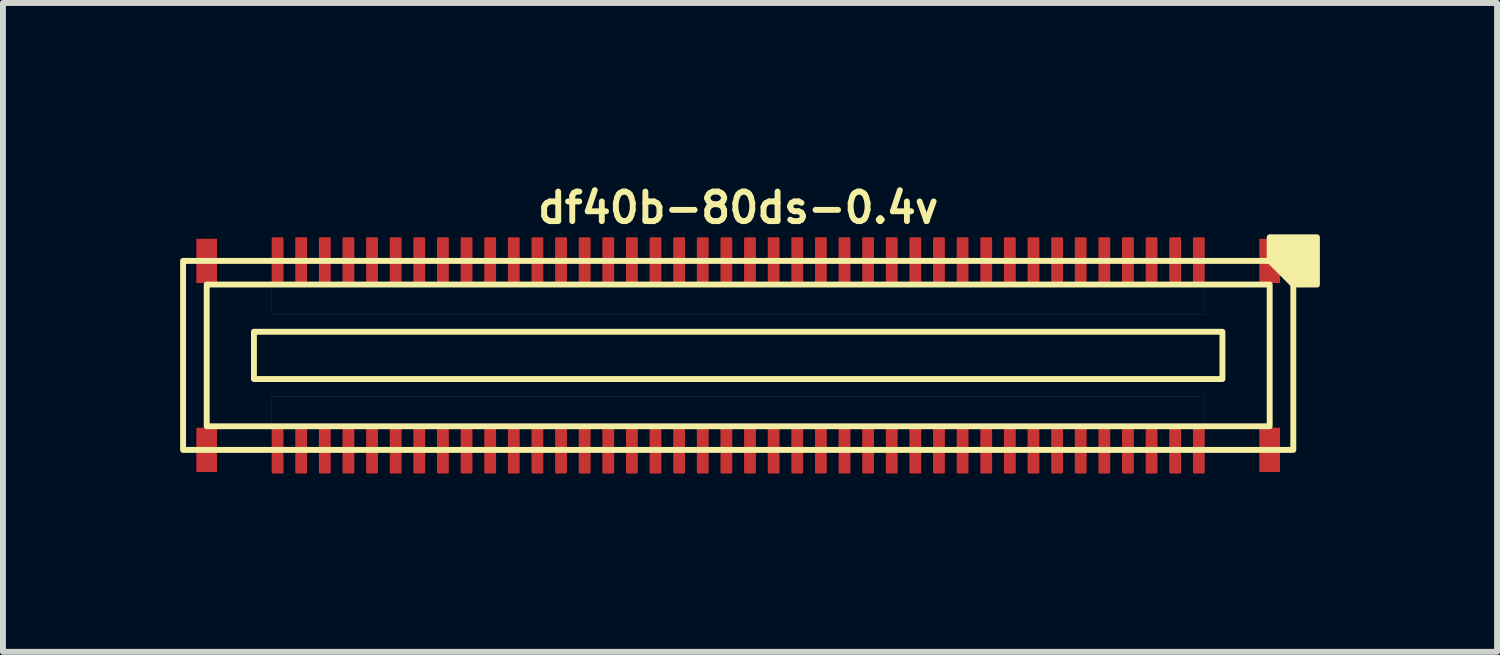
<source format=kicad_pcb>
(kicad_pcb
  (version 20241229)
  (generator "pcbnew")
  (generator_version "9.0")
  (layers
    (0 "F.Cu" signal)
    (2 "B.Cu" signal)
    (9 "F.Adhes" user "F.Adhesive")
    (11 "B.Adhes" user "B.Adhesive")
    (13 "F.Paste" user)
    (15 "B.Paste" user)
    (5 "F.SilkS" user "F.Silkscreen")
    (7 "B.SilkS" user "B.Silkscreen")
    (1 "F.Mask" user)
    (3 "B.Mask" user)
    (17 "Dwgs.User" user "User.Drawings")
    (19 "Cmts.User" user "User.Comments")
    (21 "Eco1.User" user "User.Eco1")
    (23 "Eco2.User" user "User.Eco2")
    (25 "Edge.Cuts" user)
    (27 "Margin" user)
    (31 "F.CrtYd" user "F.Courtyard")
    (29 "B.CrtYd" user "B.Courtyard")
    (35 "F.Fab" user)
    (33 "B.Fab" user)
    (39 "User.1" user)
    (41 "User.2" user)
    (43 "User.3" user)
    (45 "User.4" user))
  (footprint "df40b-80ds-0.4v"
    (layer "F.Cu")
    (at 9.45 2.968)
    (property "Reference" "df40b-80ds-0.4v" (at 0 -2.5 180) (layer "F.SilkS") (effects (font (size 0.5 0.5) (thickness 0.1))))
    (attr smd)
    (fp_rect (start -9.175 -1.975) (end -8.825 -1.225) (stroke (width 0) (type solid)) (fill yes) (layer "F.Cu"))
    (fp_rect (start -9.175 1.225) (end -8.825 1.975) (stroke (width 0) (type solid)) (fill yes) (layer "F.Cu"))
    (fp_rect (start 8.825 -1.975) (end 9.175 -1.225) (stroke (width 0) (type solid)) (fill yes) (layer "F.Cu"))
    (fp_rect (start 8.825 1.225) (end 9.175 1.975) (stroke (width 0) (type solid)) (fill yes) (layer "F.Cu"))
    (fp_rect (start -9.205 -2.005) (end -8.795 -1.195) (stroke (width 0.03) (type solid)) (fill yes) (layer "F.Mask"))
    (fp_rect (start -9.205 1.195) (end -8.795 2.005) (stroke (width 0.03) (type solid)) (fill yes) (layer "F.Mask"))
    (fp_rect (start 8.795 -2.005) (end 9.205 -1.195) (stroke (width 0.03) (type solid)) (fill yes) (layer "F.Mask"))
    (fp_rect (start 8.795 1.195) (end 9.205 2.005) (stroke (width 0.03) (type solid)) (fill yes) (layer "F.Mask"))
    (fp_rect (start -8.2 -0.4) (end 8.2 0.4) (stroke (width 0.1) (type default)) (fill no) (layer "F.SilkS"))
    (fp_rect (start 9 -1.2) (end -9 1.2) (stroke (width 0.1) (type default)) (fill no) (layer "F.SilkS"))
    (fp_rect (start 9.4 -1.6) (end -9.4 1.6) (stroke (width 0.1) (type default)) (fill no) (layer "F.SilkS"))
    (fp_poly (pts (xy 9 -1.6) (xy 9 -2) (xy 9.8 -2) (xy 9.8 -1.2) (xy 9.4 -1.2)) (stroke (width 0.1) (type solid)) (fill yes) (layer "F.SilkS"))
    (fp_rect (start -9.175 -1.975) (end -8.825 -1.225) (stroke (width 0) (type solid)) (fill yes) (layer "F.Paste"))
    (fp_rect (start -9.175 1.225) (end -8.825 1.975) (stroke (width 0) (type solid)) (fill yes) (layer "F.Paste"))
    (fp_rect (start 8.825 -1.975) (end 9.175 -1.225) (stroke (width 0) (type solid)) (fill yes) (layer "F.Paste"))
    (fp_rect (start 8.825 1.225) (end 9.175 1.975) (stroke (width 0) (type solid)) (fill yes) (layer "F.Paste"))
    (fp_poly (pts (xy -7.9 -1.2) (xy 7.9 -1.2) (xy 7.9 -0.7) (xy -7.9 -0.7)) (stroke (width 0.001) (type solid)) (fill no) (layer "Dwgs.User"))
    (fp_poly (pts (xy -7.9 0.7) (xy 7.9 0.7) (xy 7.9 1.2) (xy -7.9 1.2)) (stroke (width 0.001) (type solid)) (fill no) (layer "Dwgs.User"))
    (pad "1" smd roundrect (at 7.8 -1.6) (size 0.2 0.8) (layers "F.Cu" "F.Mask" "F.Paste") (roundrect_rratio 0.1))
    (pad "2" smd roundrect (at 7.8 1.6) (size 0.2 0.8) (layers "F.Cu" "F.Mask" "F.Paste") (roundrect_rratio 0.1))
    (pad "3" smd roundrect (at 7.4 -1.6) (size 0.2 0.8) (layers "F.Cu" "F.Mask" "F.Paste") (roundrect_rratio 0.1))
    (pad "4" smd roundrect (at 7.4 1.6) (size 0.2 0.8) (layers "F.Cu" "F.Mask" "F.Paste") (roundrect_rratio 0.1))
    (pad "5" smd roundrect (at 7 -1.6) (size 0.2 0.8) (layers "F.Cu" "F.Mask" "F.Paste") (roundrect_rratio 0.1))
    (pad "6" smd roundrect (at 7 1.6) (size 0.2 0.8) (layers "F.Cu" "F.Mask" "F.Paste") (roundrect_rratio 0.1))
    (pad "7" smd roundrect (at 6.6 -1.6) (size 0.2 0.8) (layers "F.Cu" "F.Mask" "F.Paste") (roundrect_rratio 0.1))
    (pad "8" smd roundrect (at 6.6 1.6) (size 0.2 0.8) (layers "F.Cu" "F.Mask" "F.Paste") (roundrect_rratio 0.1))
    (pad "9" smd roundrect (at 6.2 -1.6) (size 0.2 0.8) (layers "F.Cu" "F.Mask" "F.Paste") (roundrect_rratio 0.1))
    (pad "10" smd roundrect (at 6.2 1.6) (size 0.2 0.8) (layers "F.Cu" "F.Mask" "F.Paste") (roundrect_rratio 0.1))
    (pad "11" smd roundrect (at 5.8 -1.6) (size 0.2 0.8) (layers "F.Cu" "F.Mask" "F.Paste") (roundrect_rratio 0.1))
    (pad "12" smd roundrect (at 5.8 1.6) (size 0.2 0.8) (layers "F.Cu" "F.Mask" "F.Paste") (roundrect_rratio 0.1))
    (pad "13" smd roundrect (at 5.4 -1.6) (size 0.2 0.8) (layers "F.Cu" "F.Mask" "F.Paste") (roundrect_rratio 0.1))
    (pad "14" smd roundrect (at 5.4 1.6) (size 0.2 0.8) (layers "F.Cu" "F.Mask" "F.Paste") (roundrect_rratio 0.1))
    (pad "15" smd roundrect (at 5 -1.6) (size 0.2 0.8) (layers "F.Cu" "F.Mask" "F.Paste") (roundrect_rratio 0.1))
    (pad "16" smd roundrect (at 5 1.6) (size 0.2 0.8) (layers "F.Cu" "F.Mask" "F.Paste") (roundrect_rratio 0.1))
    (pad "17" smd roundrect (at 4.6 -1.6) (size 0.2 0.8) (layers "F.Cu" "F.Mask" "F.Paste") (roundrect_rratio 0.1))
    (pad "18" smd roundrect (at 4.6 1.6) (size 0.2 0.8) (layers "F.Cu" "F.Mask" "F.Paste") (roundrect_rratio 0.1))
    (pad "19" smd roundrect (at 4.2 -1.6) (size 0.2 0.8) (layers "F.Cu" "F.Mask" "F.Paste") (roundrect_rratio 0.1))
    (pad "20" smd roundrect (at 4.2 1.6) (size 0.2 0.8) (layers "F.Cu" "F.Mask" "F.Paste") (roundrect_rratio 0.1))
    (pad "21" smd roundrect (at 3.8 -1.6) (size 0.2 0.8) (layers "F.Cu" "F.Mask" "F.Paste") (roundrect_rratio 0.1))
    (pad "22" smd roundrect (at 3.8 1.6) (size 0.2 0.8) (layers "F.Cu" "F.Mask" "F.Paste") (roundrect_rratio 0.1))
    (pad "23" smd roundrect (at 3.4 -1.6) (size 0.2 0.8) (layers "F.Cu" "F.Mask" "F.Paste") (roundrect_rratio 0.1))
    (pad "24" smd roundrect (at 3.4 1.6) (size 0.2 0.8) (layers "F.Cu" "F.Mask" "F.Paste") (roundrect_rratio 0.1))
    (pad "25" smd roundrect (at 3 -1.6) (size 0.2 0.8) (layers "F.Cu" "F.Mask" "F.Paste") (roundrect_rratio 0.1))
    (pad "26" smd roundrect (at 3 1.6) (size 0.2 0.8) (layers "F.Cu" "F.Mask" "F.Paste") (roundrect_rratio 0.1))
    (pad "27" smd roundrect (at 2.6 -1.6) (size 0.2 0.8) (layers "F.Cu" "F.Mask" "F.Paste") (roundrect_rratio 0.1))
    (pad "28" smd roundrect (at 2.6 1.6) (size 0.2 0.8) (layers "F.Cu" "F.Mask" "F.Paste") (roundrect_rratio 0.1))
    (pad "29" smd roundrect (at 2.2 -1.6) (size 0.2 0.8) (layers "F.Cu" "F.Mask" "F.Paste") (roundrect_rratio 0.1))
    (pad "30" smd roundrect (at 2.2 1.6) (size 0.2 0.8) (layers "F.Cu" "F.Mask" "F.Paste") (roundrect_rratio 0.1))
    (pad "31" smd roundrect (at 1.8 -1.6) (size 0.2 0.8) (layers "F.Cu" "F.Mask" "F.Paste") (roundrect_rratio 0.1))
    (pad "32" smd roundrect (at 1.8 1.6) (size 0.2 0.8) (layers "F.Cu" "F.Mask" "F.Paste") (roundrect_rratio 0.1))
    (pad "33" smd roundrect (at 1.4 -1.6) (size 0.2 0.8) (layers "F.Cu" "F.Mask" "F.Paste") (roundrect_rratio 0.1))
    (pad "34" smd roundrect (at 1.4 1.6) (size 0.2 0.8) (layers "F.Cu" "F.Mask" "F.Paste") (roundrect_rratio 0.1))
    (pad "35" smd roundrect (at 1 -1.6) (size 0.2 0.8) (layers "F.Cu" "F.Mask" "F.Paste") (roundrect_rratio 0.1))
    (pad "36" smd roundrect (at 1 1.6) (size 0.2 0.8) (layers "F.Cu" "F.Mask" "F.Paste") (roundrect_rratio 0.1))
    (pad "37" smd roundrect (at 0.6 -1.6) (size 0.2 0.8) (layers "F.Cu" "F.Mask" "F.Paste") (roundrect_rratio 0.1))
    (pad "38" smd roundrect (at 0.6 1.6) (size 0.2 0.8) (layers "F.Cu" "F.Mask" "F.Paste") (roundrect_rratio 0.1))
    (pad "39" smd roundrect (at 0.2 -1.6) (size 0.2 0.8) (layers "F.Cu" "F.Mask" "F.Paste") (roundrect_rratio 0.1))
    (pad "40" smd roundrect (at 0.2 1.6) (size 0.2 0.8) (layers "F.Cu" "F.Mask" "F.Paste") (roundrect_rratio 0.1))
    (pad "41" smd roundrect (at -0.2 -1.6) (size 0.2 0.8) (layers "F.Cu" "F.Mask" "F.Paste") (roundrect_rratio 0.1))
    (pad "42" smd roundrect (at -0.2 1.6) (size 0.2 0.8) (layers "F.Cu" "F.Mask" "F.Paste") (roundrect_rratio 0.1))
    (pad "43" smd roundrect (at -0.6 -1.6) (size 0.2 0.8) (layers "F.Cu" "F.Mask" "F.Paste") (roundrect_rratio 0.1))
    (pad "44" smd roundrect (at -0.6 1.6) (size 0.2 0.8) (layers "F.Cu" "F.Mask" "F.Paste") (roundrect_rratio 0.1))
    (pad "45" smd roundrect (at -1 -1.6) (size 0.2 0.8) (layers "F.Cu" "F.Mask" "F.Paste") (roundrect_rratio 0.1))
    (pad "46" smd roundrect (at -1 1.6) (size 0.2 0.8) (layers "F.Cu" "F.Mask" "F.Paste") (roundrect_rratio 0.1))
    (pad "47" smd roundrect (at -1.4 -1.6) (size 0.2 0.8) (layers "F.Cu" "F.Mask" "F.Paste") (roundrect_rratio 0.1))
    (pad "48" smd roundrect (at -1.4 1.6) (size 0.2 0.8) (layers "F.Cu" "F.Mask" "F.Paste") (roundrect_rratio 0.1))
    (pad "49" smd roundrect (at -1.8 -1.6) (size 0.2 0.8) (layers "F.Cu" "F.Mask" "F.Paste") (roundrect_rratio 0.1))
    (pad "50" smd roundrect (at -1.8 1.6) (size 0.2 0.8) (layers "F.Cu" "F.Mask" "F.Paste") (roundrect_rratio 0.1))
    (pad "51" smd roundrect (at -2.2 -1.6) (size 0.2 0.8) (layers "F.Cu" "F.Mask" "F.Paste") (roundrect_rratio 0.1))
    (pad "52" smd roundrect (at -2.2 1.6) (size 0.2 0.8) (layers "F.Cu" "F.Mask" "F.Paste") (roundrect_rratio 0.1))
    (pad "53" smd roundrect (at -2.6 -1.6) (size 0.2 0.8) (layers "F.Cu" "F.Mask" "F.Paste") (roundrect_rratio 0.1))
    (pad "54" smd roundrect (at -2.6 1.6) (size 0.2 0.8) (layers "F.Cu" "F.Mask" "F.Paste") (roundrect_rratio 0.1))
    (pad "55" smd roundrect (at -3 -1.6) (size 0.2 0.8) (layers "F.Cu" "F.Mask" "F.Paste") (roundrect_rratio 0.1))
    (pad "56" smd roundrect (at -3 1.6) (size 0.2 0.8) (layers "F.Cu" "F.Mask" "F.Paste") (roundrect_rratio 0.1))
    (pad "57" smd roundrect (at -3.4 -1.6) (size 0.2 0.8) (layers "F.Cu" "F.Mask" "F.Paste") (roundrect_rratio 0.1))
    (pad "58" smd roundrect (at -3.4 1.6) (size 0.2 0.8) (layers "F.Cu" "F.Mask" "F.Paste") (roundrect_rratio 0.1))
    (pad "59" smd roundrect (at -3.8 -1.6) (size 0.2 0.8) (layers "F.Cu" "F.Mask" "F.Paste") (roundrect_rratio 0.1))
    (pad "60" smd roundrect (at -3.8 1.6) (size 0.2 0.8) (layers "F.Cu" "F.Mask" "F.Paste") (roundrect_rratio 0.1))
    (pad "61" smd roundrect (at -4.2 -1.6) (size 0.2 0.8) (layers "F.Cu" "F.Mask" "F.Paste") (roundrect_rratio 0.1))
    (pad "62" smd roundrect (at -4.2 1.6) (size 0.2 0.8) (layers "F.Cu" "F.Mask" "F.Paste") (roundrect_rratio 0.1))
    (pad "63" smd roundrect (at -4.6 -1.6) (size 0.2 0.8) (layers "F.Cu" "F.Mask" "F.Paste") (roundrect_rratio 0.1))
    (pad "64" smd roundrect (at -4.6 1.6) (size 0.2 0.8) (layers "F.Cu" "F.Mask" "F.Paste") (roundrect_rratio 0.1))
    (pad "65" smd roundrect (at -5 -1.6) (size 0.2 0.8) (layers "F.Cu" "F.Mask" "F.Paste") (roundrect_rratio 0.1))
    (pad "66" smd roundrect (at -5 1.6) (size 0.2 0.8) (layers "F.Cu" "F.Mask" "F.Paste") (roundrect_rratio 0.1))
    (pad "67" smd roundrect (at -5.4 -1.6) (size 0.2 0.8) (layers "F.Cu" "F.Mask" "F.Paste") (roundrect_rratio 0.1))
    (pad "68" smd roundrect (at -5.4 1.6) (size 0.2 0.8) (layers "F.Cu" "F.Mask" "F.Paste") (roundrect_rratio 0.1))
    (pad "69" smd roundrect (at -5.8 -1.6) (size 0.2 0.8) (layers "F.Cu" "F.Mask" "F.Paste") (roundrect_rratio 0.1))
    (pad "70" smd roundrect (at -5.8 1.6) (size 0.2 0.8) (layers "F.Cu" "F.Mask" "F.Paste") (roundrect_rratio 0.1))
    (pad "71" smd roundrect (at -6.2 -1.6) (size 0.2 0.8) (layers "F.Cu" "F.Mask" "F.Paste") (roundrect_rratio 0.1))
    (pad "72" smd roundrect (at -6.2 1.6) (size 0.2 0.8) (layers "F.Cu" "F.Mask" "F.Paste") (roundrect_rratio 0.1))
    (pad "73" smd roundrect (at -6.6 -1.6) (size 0.2 0.8) (layers "F.Cu" "F.Mask" "F.Paste") (roundrect_rratio 0.1))
    (pad "74" smd roundrect (at -6.6 1.6) (size 0.2 0.8) (layers "F.Cu" "F.Mask" "F.Paste") (roundrect_rratio 0.1))
    (pad "75" smd roundrect (at -7 -1.6) (size 0.2 0.8) (layers "F.Cu" "F.Mask" "F.Paste") (roundrect_rratio 0.1))
    (pad "76" smd roundrect (at -7 1.6) (size 0.2 0.8) (layers "F.Cu" "F.Mask" "F.Paste") (roundrect_rratio 0.1))
    (pad "77" smd roundrect (at -7.4 -1.6) (size 0.2 0.8) (layers "F.Cu" "F.Mask" "F.Paste") (roundrect_rratio 0.1))
    (pad "78" smd roundrect (at -7.4 1.6) (size 0.2 0.8) (layers "F.Cu" "F.Mask" "F.Paste") (roundrect_rratio 0.1))
    (pad "79" smd roundrect (at -7.8 -1.6) (size 0.2 0.8) (layers "F.Cu" "F.Mask" "F.Paste") (roundrect_rratio 0.1))
    (pad "80" smd roundrect (at -7.8 1.6) (size 0.2 0.8) (layers "F.Cu" "F.Mask" "F.Paste") (roundrect_rratio 0.1)))
  (gr_rect
    (start -3 -3)
    (end 22.3 7.988)
    (stroke (width 0.1) (type default))
    (fill no)
    (layer "Edge.Cuts")))
</source>
